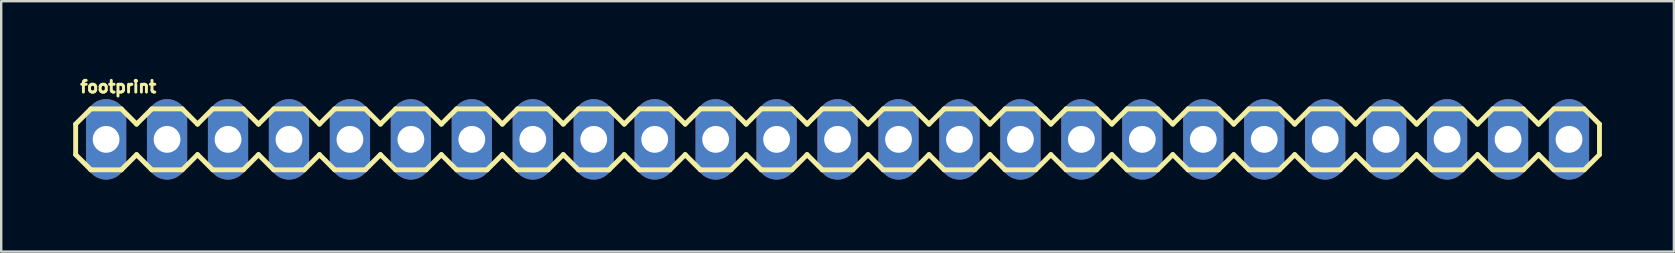
<source format=kicad_pcb>
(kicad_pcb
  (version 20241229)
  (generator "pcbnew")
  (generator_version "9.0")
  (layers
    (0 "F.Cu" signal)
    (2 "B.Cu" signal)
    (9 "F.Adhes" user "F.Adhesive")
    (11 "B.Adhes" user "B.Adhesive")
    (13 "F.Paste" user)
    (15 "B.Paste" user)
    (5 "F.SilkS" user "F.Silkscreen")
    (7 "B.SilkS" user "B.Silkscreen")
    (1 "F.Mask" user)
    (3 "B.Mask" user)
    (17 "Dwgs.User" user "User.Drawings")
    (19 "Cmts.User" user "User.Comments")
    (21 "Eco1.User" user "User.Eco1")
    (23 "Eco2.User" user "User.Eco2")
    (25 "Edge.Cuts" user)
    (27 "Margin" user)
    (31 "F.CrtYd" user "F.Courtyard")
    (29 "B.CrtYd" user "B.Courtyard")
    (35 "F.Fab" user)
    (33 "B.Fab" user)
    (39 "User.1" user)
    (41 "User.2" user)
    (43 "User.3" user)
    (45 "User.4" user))
  (footprint "footprint"
    (layer "F.Cu")
    (at 1.372 2.758)
    (property "Reference" "footprint" (at -1.143 -1.905 0) (layer "F.SilkS") (effects (font (size 0.488 0.488) (thickness 0.122)) (justify left bottom)))
    (fp_line (start -1.27 -0.635) (end -1.27 0.635) (stroke (width 0.203) (type solid)) (layer "F.SilkS"))
    (fp_line (start -1.27 0.635) (end -0.635 1.27) (stroke (width 0.203) (type solid)) (layer "F.SilkS"))
    (fp_line (start -0.635 -1.27) (end -1.27 -0.635) (stroke (width 0.203) (type solid)) (layer "F.SilkS"))
    (fp_line (start -0.635 -1.27) (end 0.635 -1.27) (stroke (width 0.203) (type solid)) (layer "F.SilkS"))
    (fp_line (start 0.635 -1.27) (end 1.27 -0.635) (stroke (width 0.203) (type solid)) (layer "F.SilkS"))
    (fp_line (start 0.635 1.27) (end -0.635 1.27) (stroke (width 0.203) (type solid)) (layer "F.SilkS"))
    (fp_line (start 1.27 -0.635) (end 1.905 -1.27) (stroke (width 0.203) (type solid)) (layer "F.SilkS"))
    (fp_line (start 1.27 0.635) (end 0.635 1.27) (stroke (width 0.203) (type solid)) (layer "F.SilkS"))
    (fp_line (start 1.905 -1.27) (end 3.175 -1.27) (stroke (width 0.203) (type solid)) (layer "F.SilkS"))
    (fp_line (start 1.905 1.27) (end 1.27 0.635) (stroke (width 0.203) (type solid)) (layer "F.SilkS"))
    (fp_line (start 3.175 -1.27) (end 3.81 -0.635) (stroke (width 0.203) (type solid)) (layer "F.SilkS"))
    (fp_line (start 3.175 1.27) (end 1.905 1.27) (stroke (width 0.203) (type solid)) (layer "F.SilkS"))
    (fp_line (start 3.81 -0.635) (end 4.445 -1.27) (stroke (width 0.203) (type solid)) (layer "F.SilkS"))
    (fp_line (start 3.81 0.635) (end 3.175 1.27) (stroke (width 0.203) (type solid)) (layer "F.SilkS"))
    (fp_line (start 4.445 -1.27) (end 5.715 -1.27) (stroke (width 0.203) (type solid)) (layer "F.SilkS"))
    (fp_line (start 4.445 1.27) (end 3.81 0.635) (stroke (width 0.203) (type solid)) (layer "F.SilkS"))
    (fp_line (start 5.715 -1.27) (end 6.35 -0.635) (stroke (width 0.203) (type solid)) (layer "F.SilkS"))
    (fp_line (start 5.715 1.27) (end 4.445 1.27) (stroke (width 0.203) (type solid)) (layer "F.SilkS"))
    (fp_line (start 6.35 0.635) (end 5.715 1.27) (stroke (width 0.203) (type solid)) (layer "F.SilkS"))
    (fp_line (start 6.35 0.635) (end 6.985 1.27) (stroke (width 0.203) (type solid)) (layer "F.SilkS"))
    (fp_line (start 6.985 -1.27) (end 6.35 -0.635) (stroke (width 0.203) (type solid)) (layer "F.SilkS"))
    (fp_line (start 6.985 -1.27) (end 8.255 -1.27) (stroke (width 0.203) (type solid)) (layer "F.SilkS"))
    (fp_line (start 8.255 -1.27) (end 8.89 -0.635) (stroke (width 0.203) (type solid)) (layer "F.SilkS"))
    (fp_line (start 8.255 1.27) (end 6.985 1.27) (stroke (width 0.203) (type solid)) (layer "F.SilkS"))
    (fp_line (start 8.89 -0.635) (end 9.525 -1.27) (stroke (width 0.203) (type solid)) (layer "F.SilkS"))
    (fp_line (start 8.89 0.635) (end 8.255 1.27) (stroke (width 0.203) (type solid)) (layer "F.SilkS"))
    (fp_line (start 9.525 -1.27) (end 10.795 -1.27) (stroke (width 0.203) (type solid)) (layer "F.SilkS"))
    (fp_line (start 9.525 1.27) (end 8.89 0.635) (stroke (width 0.203) (type solid)) (layer "F.SilkS"))
    (fp_line (start 10.795 -1.27) (end 11.43 -0.635) (stroke (width 0.203) (type solid)) (layer "F.SilkS"))
    (fp_line (start 10.795 1.27) (end 9.525 1.27) (stroke (width 0.203) (type solid)) (layer "F.SilkS"))
    (fp_line (start 11.43 -0.635) (end 12.065 -1.27) (stroke (width 0.203) (type solid)) (layer "F.SilkS"))
    (fp_line (start 11.43 0.635) (end 10.795 1.27) (stroke (width 0.203) (type solid)) (layer "F.SilkS"))
    (fp_line (start 12.065 -1.27) (end 13.335 -1.27) (stroke (width 0.203) (type solid)) (layer "F.SilkS"))
    (fp_line (start 12.065 1.27) (end 11.43 0.635) (stroke (width 0.203) (type solid)) (layer "F.SilkS"))
    (fp_line (start 13.335 -1.27) (end 13.97 -0.635) (stroke (width 0.203) (type solid)) (layer "F.SilkS"))
    (fp_line (start 13.335 1.27) (end 12.065 1.27) (stroke (width 0.203) (type solid)) (layer "F.SilkS"))
    (fp_line (start 13.97 0.635) (end 13.335 1.27) (stroke (width 0.203) (type solid)) (layer "F.SilkS"))
    (fp_line (start 13.97 0.635) (end 14.605 1.27) (stroke (width 0.203) (type solid)) (layer "F.SilkS"))
    (fp_line (start 14.605 -1.27) (end 13.97 -0.635) (stroke (width 0.203) (type solid)) (layer "F.SilkS"))
    (fp_line (start 14.605 -1.27) (end 15.875 -1.27) (stroke (width 0.203) (type solid)) (layer "F.SilkS"))
    (fp_line (start 15.875 -1.27) (end 16.51 -0.635) (stroke (width 0.203) (type solid)) (layer "F.SilkS"))
    (fp_line (start 15.875 1.27) (end 14.605 1.27) (stroke (width 0.203) (type solid)) (layer "F.SilkS"))
    (fp_line (start 16.51 0.635) (end 15.875 1.27) (stroke (width 0.203) (type solid)) (layer "F.SilkS"))
    (fp_line (start 16.51 0.635) (end 17.145 1.27) (stroke (width 0.203) (type solid)) (layer "F.SilkS"))
    (fp_line (start 17.145 -1.27) (end 16.51 -0.635) (stroke (width 0.203) (type solid)) (layer "F.SilkS"))
    (fp_line (start 17.145 -1.27) (end 18.415 -1.27) (stroke (width 0.203) (type solid)) (layer "F.SilkS"))
    (fp_line (start 18.415 -1.27) (end 19.05 -0.635) (stroke (width 0.203) (type solid)) (layer "F.SilkS"))
    (fp_line (start 18.415 1.27) (end 17.145 1.27) (stroke (width 0.203) (type solid)) (layer "F.SilkS"))
    (fp_line (start 19.05 -0.635) (end 19.685 -1.27) (stroke (width 0.203) (type solid)) (layer "F.SilkS"))
    (fp_line (start 19.05 0.635) (end 18.415 1.27) (stroke (width 0.203) (type solid)) (layer "F.SilkS"))
    (fp_line (start 19.685 -1.27) (end 20.955 -1.27) (stroke (width 0.203) (type solid)) (layer "F.SilkS"))
    (fp_line (start 19.685 1.27) (end 19.05 0.635) (stroke (width 0.203) (type solid)) (layer "F.SilkS"))
    (fp_line (start 20.955 -1.27) (end 21.59 -0.635) (stroke (width 0.203) (type solid)) (layer "F.SilkS"))
    (fp_line (start 20.955 1.27) (end 19.685 1.27) (stroke (width 0.203) (type solid)) (layer "F.SilkS"))
    (fp_line (start 21.59 -0.635) (end 22.225 -1.27) (stroke (width 0.203) (type solid)) (layer "F.SilkS"))
    (fp_line (start 21.59 0.635) (end 20.955 1.27) (stroke (width 0.203) (type solid)) (layer "F.SilkS"))
    (fp_line (start 22.225 -1.27) (end 23.495 -1.27) (stroke (width 0.203) (type solid)) (layer "F.SilkS"))
    (fp_line (start 22.225 1.27) (end 21.59 0.635) (stroke (width 0.203) (type solid)) (layer "F.SilkS"))
    (fp_line (start 23.495 -1.27) (end 24.13 -0.635) (stroke (width 0.203) (type solid)) (layer "F.SilkS"))
    (fp_line (start 23.495 1.27) (end 22.225 1.27) (stroke (width 0.203) (type solid)) (layer "F.SilkS"))
    (fp_line (start 24.13 0.635) (end 23.495 1.27) (stroke (width 0.203) (type solid)) (layer "F.SilkS"))
    (fp_line (start 24.13 0.635) (end 24.765 1.27) (stroke (width 0.203) (type solid)) (layer "F.SilkS"))
    (fp_line (start 24.765 -1.27) (end 24.13 -0.635) (stroke (width 0.203) (type solid)) (layer "F.SilkS"))
    (fp_line (start 24.765 -1.27) (end 26.035 -1.27) (stroke (width 0.203) (type solid)) (layer "F.SilkS"))
    (fp_line (start 26.035 -1.27) (end 26.67 -0.635) (stroke (width 0.203) (type solid)) (layer "F.SilkS"))
    (fp_line (start 26.035 1.27) (end 24.765 1.27) (stroke (width 0.203) (type solid)) (layer "F.SilkS"))
    (fp_line (start 26.67 -0.635) (end 27.305 -1.27) (stroke (width 0.203) (type solid)) (layer "F.SilkS"))
    (fp_line (start 26.67 0.635) (end 26.035 1.27) (stroke (width 0.203) (type solid)) (layer "F.SilkS"))
    (fp_line (start 27.305 -1.27) (end 28.575 -1.27) (stroke (width 0.203) (type solid)) (layer "F.SilkS"))
    (fp_line (start 27.305 1.27) (end 26.67 0.635) (stroke (width 0.203) (type solid)) (layer "F.SilkS"))
    (fp_line (start 28.575 -1.27) (end 29.21 -0.635) (stroke (width 0.203) (type solid)) (layer "F.SilkS"))
    (fp_line (start 28.575 1.27) (end 27.305 1.27) (stroke (width 0.203) (type solid)) (layer "F.SilkS"))
    (fp_line (start 29.21 -0.635) (end 29.845 -1.27) (stroke (width 0.203) (type solid)) (layer "F.SilkS"))
    (fp_line (start 29.21 0.635) (end 28.575 1.27) (stroke (width 0.203) (type solid)) (layer "F.SilkS"))
    (fp_line (start 29.845 -1.27) (end 31.115 -1.27) (stroke (width 0.203) (type solid)) (layer "F.SilkS"))
    (fp_line (start 29.845 1.27) (end 29.21 0.635) (stroke (width 0.203) (type solid)) (layer "F.SilkS"))
    (fp_line (start 31.115 -1.27) (end 31.75 -0.635) (stroke (width 0.203) (type solid)) (layer "F.SilkS"))
    (fp_line (start 31.115 1.27) (end 29.845 1.27) (stroke (width 0.203) (type solid)) (layer "F.SilkS"))
    (fp_line (start 31.75 0.635) (end 31.115 1.27) (stroke (width 0.203) (type solid)) (layer "F.SilkS"))
    (fp_line (start 31.75 0.635) (end 32.385 1.27) (stroke (width 0.203) (type solid)) (layer "F.SilkS"))
    (fp_line (start 32.385 -1.27) (end 31.75 -0.635) (stroke (width 0.203) (type solid)) (layer "F.SilkS"))
    (fp_line (start 32.385 -1.27) (end 33.655 -1.27) (stroke (width 0.203) (type solid)) (layer "F.SilkS"))
    (fp_line (start 33.655 -1.27) (end 34.29 -0.635) (stroke (width 0.203) (type solid)) (layer "F.SilkS"))
    (fp_line (start 33.655 1.27) (end 32.385 1.27) (stroke (width 0.203) (type solid)) (layer "F.SilkS"))
    (fp_line (start 34.29 0.635) (end 33.655 1.27) (stroke (width 0.203) (type solid)) (layer "F.SilkS"))
    (fp_line (start 34.29 0.635) (end 34.925 1.27) (stroke (width 0.203) (type solid)) (layer "F.SilkS"))
    (fp_line (start 34.925 -1.27) (end 34.29 -0.635) (stroke (width 0.203) (type solid)) (layer "F.SilkS"))
    (fp_line (start 34.925 -1.27) (end 36.195 -1.27) (stroke (width 0.203) (type solid)) (layer "F.SilkS"))
    (fp_line (start 36.195 -1.27) (end 36.83 -0.635) (stroke (width 0.203) (type solid)) (layer "F.SilkS"))
    (fp_line (start 36.195 1.27) (end 34.925 1.27) (stroke (width 0.203) (type solid)) (layer "F.SilkS"))
    (fp_line (start 36.83 0.635) (end 36.195 1.27) (stroke (width 0.203) (type solid)) (layer "F.SilkS"))
    (fp_line (start 36.83 0.635) (end 37.465 1.27) (stroke (width 0.203) (type solid)) (layer "F.SilkS"))
    (fp_line (start 37.465 -1.27) (end 36.83 -0.635) (stroke (width 0.203) (type solid)) (layer "F.SilkS"))
    (fp_line (start 37.465 -1.27) (end 38.735 -1.27) (stroke (width 0.203) (type solid)) (layer "F.SilkS"))
    (fp_line (start 38.735 -1.27) (end 39.37 -0.635) (stroke (width 0.203) (type solid)) (layer "F.SilkS"))
    (fp_line (start 38.735 1.27) (end 37.465 1.27) (stroke (width 0.203) (type solid)) (layer "F.SilkS"))
    (fp_line (start 39.37 0.635) (end 38.735 1.27) (stroke (width 0.203) (type solid)) (layer "F.SilkS"))
    (fp_line (start 39.37 0.635) (end 40.005 1.27) (stroke (width 0.203) (type solid)) (layer "F.SilkS"))
    (fp_line (start 40.005 -1.27) (end 39.37 -0.635) (stroke (width 0.203) (type solid)) (layer "F.SilkS"))
    (fp_line (start 40.005 -1.27) (end 41.275 -1.27) (stroke (width 0.203) (type solid)) (layer "F.SilkS"))
    (fp_line (start 41.275 -1.27) (end 41.91 -0.635) (stroke (width 0.203) (type solid)) (layer "F.SilkS"))
    (fp_line (start 41.275 1.27) (end 40.005 1.27) (stroke (width 0.203) (type solid)) (layer "F.SilkS"))
    (fp_line (start 41.91 0.635) (end 41.275 1.27) (stroke (width 0.203) (type solid)) (layer "F.SilkS"))
    (fp_line (start 41.91 0.635) (end 42.545 1.27) (stroke (width 0.203) (type solid)) (layer "F.SilkS"))
    (fp_line (start 42.545 -1.27) (end 41.91 -0.635) (stroke (width 0.203) (type solid)) (layer "F.SilkS"))
    (fp_line (start 42.545 -1.27) (end 43.815 -1.27) (stroke (width 0.203) (type solid)) (layer "F.SilkS"))
    (fp_line (start 43.815 -1.27) (end 44.45 -0.635) (stroke (width 0.203) (type solid)) (layer "F.SilkS"))
    (fp_line (start 43.815 1.27) (end 42.545 1.27) (stroke (width 0.203) (type solid)) (layer "F.SilkS"))
    (fp_line (start 44.45 0.635) (end 43.815 1.27) (stroke (width 0.203) (type solid)) (layer "F.SilkS"))
    (fp_line (start 44.45 0.635) (end 45.085 1.27) (stroke (width 0.203) (type solid)) (layer "F.SilkS"))
    (fp_line (start 45.085 -1.27) (end 44.45 -0.635) (stroke (width 0.203) (type solid)) (layer "F.SilkS"))
    (fp_line (start 45.085 -1.27) (end 46.355 -1.27) (stroke (width 0.203) (type solid)) (layer "F.SilkS"))
    (fp_line (start 46.355 -1.27) (end 46.99 -0.635) (stroke (width 0.203) (type solid)) (layer "F.SilkS"))
    (fp_line (start 46.355 1.27) (end 45.085 1.27) (stroke (width 0.203) (type solid)) (layer "F.SilkS"))
    (fp_line (start 46.99 0.635) (end 46.355 1.27) (stroke (width 0.203) (type solid)) (layer "F.SilkS"))
    (fp_line (start 46.99 0.635) (end 47.625 1.27) (stroke (width 0.203) (type solid)) (layer "F.SilkS"))
    (fp_line (start 47.625 -1.27) (end 46.99 -0.635) (stroke (width 0.203) (type solid)) (layer "F.SilkS"))
    (fp_line (start 47.625 -1.27) (end 48.895 -1.27) (stroke (width 0.203) (type solid)) (layer "F.SilkS"))
    (fp_line (start 48.895 -1.27) (end 49.53 -0.635) (stroke (width 0.203) (type solid)) (layer "F.SilkS"))
    (fp_line (start 48.895 1.27) (end 47.625 1.27) (stroke (width 0.203) (type solid)) (layer "F.SilkS"))
    (fp_line (start 49.53 0.635) (end 48.895 1.27) (stroke (width 0.203) (type solid)) (layer "F.SilkS"))
    (fp_line (start 49.53 0.635) (end 50.165 1.27) (stroke (width 0.203) (type solid)) (layer "F.SilkS"))
    (fp_line (start 50.165 -1.27) (end 49.53 -0.635) (stroke (width 0.203) (type solid)) (layer "F.SilkS"))
    (fp_line (start 50.165 -1.27) (end 51.435 -1.27) (stroke (width 0.203) (type solid)) (layer "F.SilkS"))
    (fp_line (start 51.435 -1.27) (end 52.07 -0.635) (stroke (width 0.203) (type solid)) (layer "F.SilkS"))
    (fp_line (start 51.435 1.27) (end 50.165 1.27) (stroke (width 0.203) (type solid)) (layer "F.SilkS"))
    (fp_line (start 52.07 0.635) (end 51.435 1.27) (stroke (width 0.203) (type solid)) (layer "F.SilkS"))
    (fp_line (start 52.07 0.635) (end 52.705 1.27) (stroke (width 0.203) (type solid)) (layer "F.SilkS"))
    (fp_line (start 52.705 -1.27) (end 52.07 -0.635) (stroke (width 0.203) (type solid)) (layer "F.SilkS"))
    (fp_line (start 52.705 -1.27) (end 53.975 -1.27) (stroke (width 0.203) (type solid)) (layer "F.SilkS"))
    (fp_line (start 53.975 -1.27) (end 54.61 -0.635) (stroke (width 0.203) (type solid)) (layer "F.SilkS"))
    (fp_line (start 53.975 1.27) (end 52.705 1.27) (stroke (width 0.203) (type solid)) (layer "F.SilkS"))
    (fp_line (start 54.61 0.635) (end 53.975 1.27) (stroke (width 0.203) (type solid)) (layer "F.SilkS"))
    (fp_line (start 54.61 0.635) (end 55.245 1.27) (stroke (width 0.203) (type solid)) (layer "F.SilkS"))
    (fp_line (start 55.245 -1.27) (end 54.61 -0.635) (stroke (width 0.203) (type solid)) (layer "F.SilkS"))
    (fp_line (start 55.245 -1.27) (end 56.515 -1.27) (stroke (width 0.203) (type solid)) (layer "F.SilkS"))
    (fp_line (start 56.515 -1.27) (end 57.15 -0.635) (stroke (width 0.203) (type solid)) (layer "F.SilkS"))
    (fp_line (start 56.515 1.27) (end 55.245 1.27) (stroke (width 0.203) (type solid)) (layer "F.SilkS"))
    (fp_line (start 57.15 0.635) (end 56.515 1.27) (stroke (width 0.203) (type solid)) (layer "F.SilkS"))
    (fp_line (start 57.15 0.635) (end 57.785 1.27) (stroke (width 0.203) (type solid)) (layer "F.SilkS"))
    (fp_line (start 57.785 -1.27) (end 57.15 -0.635) (stroke (width 0.203) (type solid)) (layer "F.SilkS"))
    (fp_line (start 57.785 -1.27) (end 59.055 -1.27) (stroke (width 0.203) (type solid)) (layer "F.SilkS"))
    (fp_line (start 59.055 -1.27) (end 59.69 -0.635) (stroke (width 0.203) (type solid)) (layer "F.SilkS"))
    (fp_line (start 59.055 1.27) (end 57.785 1.27) (stroke (width 0.203) (type solid)) (layer "F.SilkS"))
    (fp_line (start 59.69 0.635) (end 59.055 1.27) (stroke (width 0.203) (type solid)) (layer "F.SilkS"))
    (fp_line (start 59.69 0.635) (end 60.325 1.27) (stroke (width 0.203) (type solid)) (layer "F.SilkS"))
    (fp_line (start 60.325 -1.27) (end 59.69 -0.635) (stroke (width 0.203) (type solid)) (layer "F.SilkS"))
    (fp_line (start 60.325 -1.27) (end 61.595 -1.27) (stroke (width 0.203) (type solid)) (layer "F.SilkS"))
    (fp_line (start 61.595 -1.27) (end 62.23 -0.635) (stroke (width 0.203) (type solid)) (layer "F.SilkS"))
    (fp_line (start 61.595 1.27) (end 60.325 1.27) (stroke (width 0.203) (type solid)) (layer "F.SilkS"))
    (fp_line (start 62.23 -0.635) (end 62.23 0.635) (stroke (width 0.203) (type solid)) (layer "F.SilkS"))
    (fp_line (start 62.23 0.635) (end 61.595 1.27) (stroke (width 0.203) (type solid)) (layer "F.SilkS"))
    (fp_poly (pts (xy -0.254 0.254) (xy 0.254 0.254) (xy 0.254 -0.254) (xy -0.254 -0.254)) (stroke (width 0.1) (type solid)) (fill no) (layer "F.Fab"))
    (fp_poly (pts (xy 2.286 0.254) (xy 2.794 0.254) (xy 2.794 -0.254) (xy 2.286 -0.254)) (stroke (width 0.1) (type solid)) (fill no) (layer "F.Fab"))
    (fp_poly (pts (xy 4.826 0.254) (xy 5.334 0.254) (xy 5.334 -0.254) (xy 4.826 -0.254)) (stroke (width 0.1) (type solid)) (fill no) (layer "F.Fab"))
    (fp_poly (pts (xy 7.366 0.254) (xy 7.874 0.254) (xy 7.874 -0.254) (xy 7.366 -0.254)) (stroke (width 0.1) (type solid)) (fill no) (layer "F.Fab"))
    (fp_poly (pts (xy 9.906 0.254) (xy 10.414 0.254) (xy 10.414 -0.254) (xy 9.906 -0.254)) (stroke (width 0.1) (type solid)) (fill no) (layer "F.Fab"))
    (fp_poly (pts (xy 12.446 0.254) (xy 12.954 0.254) (xy 12.954 -0.254) (xy 12.446 -0.254)) (stroke (width 0.1) (type solid)) (fill no) (layer "F.Fab"))
    (fp_poly (pts (xy 14.986 0.254) (xy 15.494 0.254) (xy 15.494 -0.254) (xy 14.986 -0.254)) (stroke (width 0.1) (type solid)) (fill no) (layer "F.Fab"))
    (fp_poly (pts (xy 17.526 0.254) (xy 18.034 0.254) (xy 18.034 -0.254) (xy 17.526 -0.254)) (stroke (width 0.1) (type solid)) (fill no) (layer "F.Fab"))
    (fp_poly (pts (xy 20.066 0.254) (xy 20.574 0.254) (xy 20.574 -0.254) (xy 20.066 -0.254)) (stroke (width 0.1) (type solid)) (fill no) (layer "F.Fab"))
    (fp_poly (pts (xy 22.606 0.254) (xy 23.114 0.254) (xy 23.114 -0.254) (xy 22.606 -0.254)) (stroke (width 0.1) (type solid)) (fill no) (layer "F.Fab"))
    (fp_poly (pts (xy 25.146 0.254) (xy 25.654 0.254) (xy 25.654 -0.254) (xy 25.146 -0.254)) (stroke (width 0.1) (type solid)) (fill no) (layer "F.Fab"))
    (fp_poly (pts (xy 27.686 0.254) (xy 28.194 0.254) (xy 28.194 -0.254) (xy 27.686 -0.254)) (stroke (width 0.1) (type solid)) (fill no) (layer "F.Fab"))
    (fp_poly (pts (xy 30.226 0.254) (xy 30.734 0.254) (xy 30.734 -0.254) (xy 30.226 -0.254)) (stroke (width 0.1) (type solid)) (fill no) (layer "F.Fab"))
    (fp_poly (pts (xy 32.766 0.254) (xy 33.274 0.254) (xy 33.274 -0.254) (xy 32.766 -0.254)) (stroke (width 0.1) (type solid)) (fill no) (layer "F.Fab"))
    (fp_poly (pts (xy 35.306 0.254) (xy 35.814 0.254) (xy 35.814 -0.254) (xy 35.306 -0.254)) (stroke (width 0.1) (type solid)) (fill no) (layer "F.Fab"))
    (fp_poly (pts (xy 37.846 0.254) (xy 38.354 0.254) (xy 38.354 -0.254) (xy 37.846 -0.254)) (stroke (width 0.1) (type solid)) (fill no) (layer "F.Fab"))
    (fp_poly (pts (xy 40.386 0.254) (xy 40.894 0.254) (xy 40.894 -0.254) (xy 40.386 -0.254)) (stroke (width 0.1) (type solid)) (fill no) (layer "F.Fab"))
    (fp_poly (pts (xy 42.926 0.254) (xy 43.434 0.254) (xy 43.434 -0.254) (xy 42.926 -0.254)) (stroke (width 0.1) (type solid)) (fill no) (layer "F.Fab"))
    (fp_poly (pts (xy 45.466 0.254) (xy 45.974 0.254) (xy 45.974 -0.254) (xy 45.466 -0.254)) (stroke (width 0.1) (type solid)) (fill no) (layer "F.Fab"))
    (fp_poly (pts (xy 48.006 0.254) (xy 48.514 0.254) (xy 48.514 -0.254) (xy 48.006 -0.254)) (stroke (width 0.1) (type solid)) (fill no) (layer "F.Fab"))
    (fp_poly (pts (xy 50.546 0.254) (xy 51.054 0.254) (xy 51.054 -0.254) (xy 50.546 -0.254)) (stroke (width 0.1) (type solid)) (fill no) (layer "F.Fab"))
    (fp_poly (pts (xy 53.086 0.254) (xy 53.594 0.254) (xy 53.594 -0.254) (xy 53.086 -0.254)) (stroke (width 0.1) (type solid)) (fill no) (layer "F.Fab"))
    (fp_poly (pts (xy 55.626 0.254) (xy 56.134 0.254) (xy 56.134 -0.254) (xy 55.626 -0.254)) (stroke (width 0.1) (type solid)) (fill no) (layer "F.Fab"))
    (fp_poly (pts (xy 58.166 0.254) (xy 58.674 0.254) (xy 58.674 -0.254) (xy 58.166 -0.254)) (stroke (width 0.1) (type solid)) (fill no) (layer "F.Fab"))
    (fp_poly (pts (xy 60.706 0.254) (xy 61.214 0.254) (xy 61.214 -0.254) (xy 60.706 -0.254)) (stroke (width 0.1) (type solid)) (fill no) (layer "F.Fab"))
    (pad "1" thru_hole oval (at 0 0 90) (size 3.353 1.676) (drill 1.118) (layers "*.Cu" "*.Mask"))
    (pad "2" thru_hole oval (at 2.54 0 90) (size 3.353 1.676) (drill 1.118) (layers "*.Cu" "*.Mask"))
    (pad "3" thru_hole oval (at 5.08 0 90) (size 3.353 1.676) (drill 1.118) (layers "*.Cu" "*.Mask"))
    (pad "4" thru_hole oval (at 7.62 0 90) (size 3.353 1.676) (drill 1.118) (layers "*.Cu" "*.Mask"))
    (pad "5" thru_hole oval (at 10.16 0 90) (size 3.353 1.676) (drill 1.118) (layers "*.Cu" "*.Mask"))
    (pad "6" thru_hole oval (at 12.7 0 90) (size 3.353 1.676) (drill 1.118) (layers "*.Cu" "*.Mask"))
    (pad "7" thru_hole oval (at 15.24 0 90) (size 3.353 1.676) (drill 1.118) (layers "*.Cu" "*.Mask"))
    (pad "8" thru_hole oval (at 17.78 0 90) (size 3.353 1.676) (drill 1.118) (layers "*.Cu" "*.Mask"))
    (pad "9" thru_hole oval (at 20.32 0 90) (size 3.353 1.676) (drill 1.118) (layers "*.Cu" "*.Mask"))
    (pad "10" thru_hole oval (at 22.86 0 90) (size 3.353 1.676) (drill 1.118) (layers "*.Cu" "*.Mask"))
    (pad "11" thru_hole oval (at 25.4 0 90) (size 3.353 1.676) (drill 1.118) (layers "*.Cu" "*.Mask"))
    (pad "12" thru_hole oval (at 27.94 0 90) (size 3.353 1.676) (drill 1.118) (layers "*.Cu" "*.Mask"))
    (pad "13" thru_hole oval (at 30.48 0 90) (size 3.353 1.676) (drill 1.118) (layers "*.Cu" "*.Mask"))
    (pad "14" thru_hole oval (at 33.02 0 90) (size 3.353 1.676) (drill 1.118) (layers "*.Cu" "*.Mask"))
    (pad "15" thru_hole oval (at 35.56 0 90) (size 3.353 1.676) (drill 1.118) (layers "*.Cu" "*.Mask"))
    (pad "16" thru_hole oval (at 38.1 0 90) (size 3.353 1.676) (drill 1.118) (layers "*.Cu" "*.Mask"))
    (pad "17" thru_hole oval (at 40.64 0 90) (size 3.353 1.676) (drill 1.118) (layers "*.Cu" "*.Mask"))
    (pad "18" thru_hole oval (at 43.18 0 90) (size 3.353 1.676) (drill 1.118) (layers "*.Cu" "*.Mask"))
    (pad "19" thru_hole oval (at 45.72 0 90) (size 3.353 1.676) (drill 1.118) (layers "*.Cu" "*.Mask"))
    (pad "20" thru_hole oval (at 48.26 0 90) (size 3.353 1.676) (drill 1.118) (layers "*.Cu" "*.Mask"))
    (pad "21" thru_hole oval (at 50.8 0 90) (size 3.353 1.676) (drill 1.118) (layers "*.Cu" "*.Mask"))
    (pad "22" thru_hole oval (at 53.34 0 90) (size 3.353 1.676) (drill 1.118) (layers "*.Cu" "*.Mask"))
    (pad "23" thru_hole oval (at 55.88 0 90) (size 3.353 1.676) (drill 1.118) (layers "*.Cu" "*.Mask"))
    (pad "24" thru_hole oval (at 58.42 0 90) (size 3.353 1.676) (drill 1.118) (layers "*.Cu" "*.Mask"))
    (pad "25" thru_hole oval (at 60.96 0 90) (size 3.353 1.676) (drill 1.118) (layers "*.Cu" "*.Mask")))
  (gr_rect
    (start -3 -3)
    (end 66.703 7.435)
    (stroke (width 0.1) (type default))
    (fill no)
    (layer "Edge.Cuts")))
</source>
